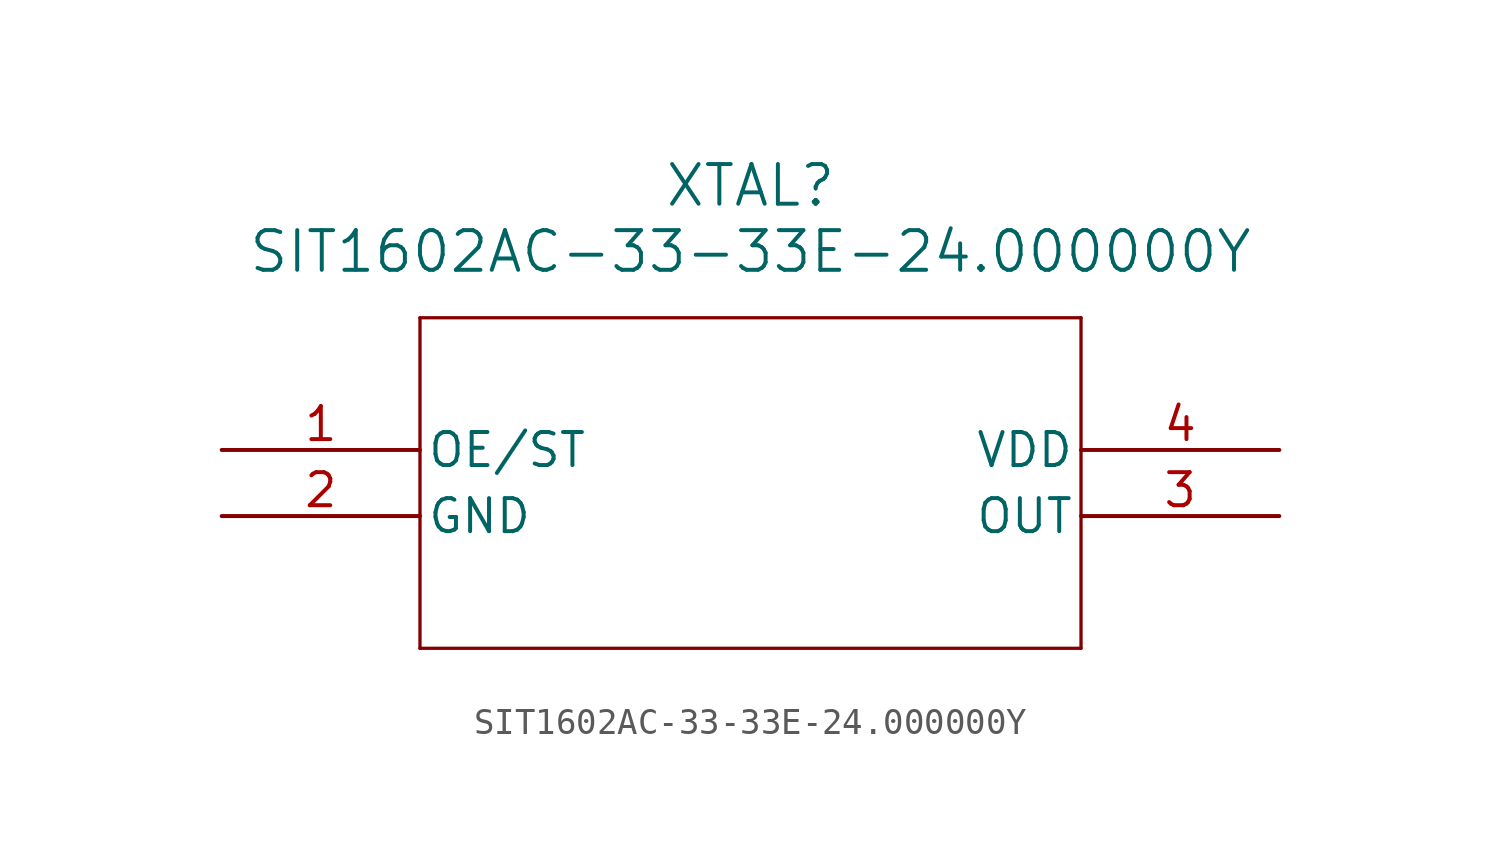
<source format=kicad_sym>
(kicad_symbol_lib
  (version 20211014)
  (generator kicad_symbol_editor)
  (symbol "SIT1602AC-33-33E-24.000000Y"
    (pin_names
      (offset 0.254))
    (property "Reference" "XTAL"
      (at 20.32 10.16 0)
      (effects (font (size 1.524 1.524))))
    (property "Value" "SIT1602AC-33-33E-24.000000Y"
      (at 20.32 7.62 0)
      (effects (font (size 1.524 1.524))))
    (symbol "SIT1602AC-33-33E-24.000000Y_0_1"
      (polyline (pts (xy 7.62 5.08) (xy 7.62 -7.62)) (stroke (width 0.127) (type default) (color 0 0 0 0)) (fill (type none)))
      (polyline (pts (xy 7.62 -7.62) (xy 33.02 -7.62)) (stroke (width 0.127) (type default) (color 0 0 0 0)) (fill (type none)))
      (polyline (pts (xy 33.02 -7.62) (xy 33.02 5.08)) (stroke (width 0.127) (type default) (color 0 0 0 0)) (fill (type none)))
      (polyline (pts (xy 33.02 5.08) (xy 7.62 5.08)) (stroke (width 0.127) (type default) (color 0 0 0 0)) (fill (type none)))
      (pin unspecified line (at 0 0 0) (length 7.62) (name "OE/ST" (effects (font (size 1.27 1.27)))) (number "1" (effects (font (size 1.27 1.27)))))
      (pin power_out line (at 0 -2.54 0) (length 7.62) (name "GND" (effects (font (size 1.27 1.27)))) (number "2" (effects (font (size 1.27 1.27)))))
      (pin output line (at 40.64 -2.54 180) (length 7.62) (name "OUT" (effects (font (size 1.27 1.27)))) (number "3" (effects (font (size 1.27 1.27)))))
      (pin power_in line (at 40.64 0 180) (length 7.62) (name "VDD" (effects (font (size 1.27 1.27)))) (number "4" (effects (font (size 1.27 1.27))))))))
</source>
